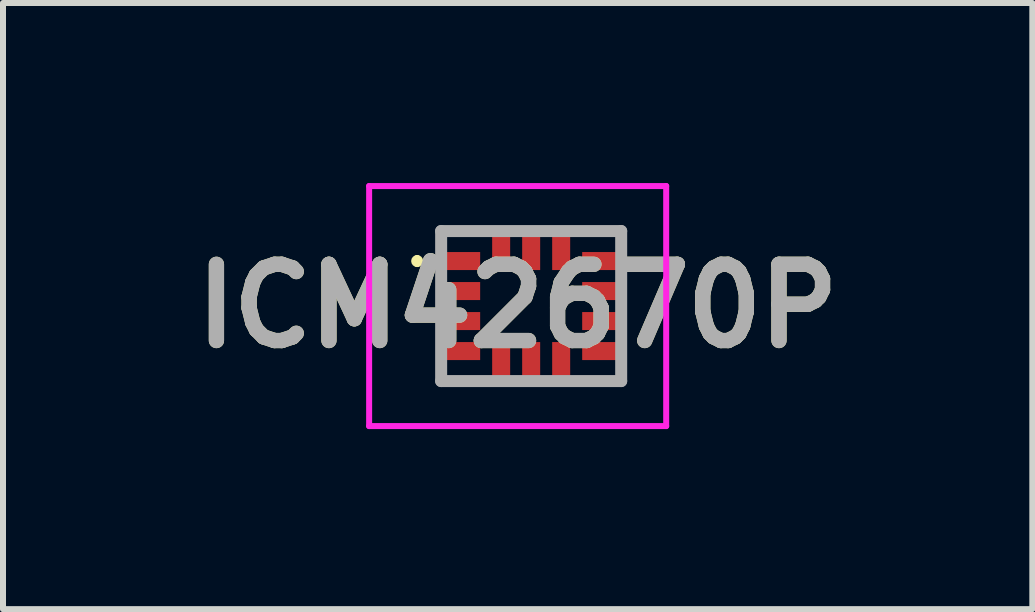
<source format=kicad_pcb>
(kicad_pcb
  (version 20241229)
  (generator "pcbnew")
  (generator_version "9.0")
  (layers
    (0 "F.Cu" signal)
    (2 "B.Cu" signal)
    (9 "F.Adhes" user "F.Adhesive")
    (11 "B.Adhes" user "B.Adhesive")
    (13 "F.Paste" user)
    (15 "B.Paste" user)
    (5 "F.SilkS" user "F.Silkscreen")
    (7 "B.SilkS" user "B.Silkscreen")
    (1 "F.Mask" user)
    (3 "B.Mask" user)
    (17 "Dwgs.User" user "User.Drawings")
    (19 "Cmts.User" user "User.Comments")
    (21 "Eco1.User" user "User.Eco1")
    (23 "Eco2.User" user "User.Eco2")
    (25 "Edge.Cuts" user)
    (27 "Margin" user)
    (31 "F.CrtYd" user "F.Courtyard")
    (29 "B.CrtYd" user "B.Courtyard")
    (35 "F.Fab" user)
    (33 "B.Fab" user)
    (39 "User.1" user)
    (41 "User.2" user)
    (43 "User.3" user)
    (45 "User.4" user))
  (footprint "ICM42670P"
    (layer "F.Cu")
    (at 5.801 2.05)
    (property "Reference" "ICM42670P" (at -0.225 0 0) (layer "F.SilkS") (effects (font (size 1.27 1.27) (thickness 0.254))))
    (attr smd)
    (fp_line (start -1.9 -0.8) (end -1.9 -0.8) (stroke (width 0.1) (type solid)) (layer "F.SilkS"))
    (fp_line (start -1.9 -0.7) (end -1.9 -0.7) (stroke (width 0.1) (type solid)) (layer "F.SilkS"))
    (fp_line (start -1.5 -1.25) (end -0.8 -1.25) (stroke (width 0.1) (type solid)) (layer "F.SilkS"))
    (fp_line (start -1.5 -1) (end -1.5 -1.25) (stroke (width 0.1) (type solid)) (layer "F.SilkS"))
    (fp_line (start -1.5 1.1) (end -1.5 1.25) (stroke (width 0.1) (type solid)) (layer "F.SilkS"))
    (fp_line (start -1.5 1.25) (end -0.8 1.25) (stroke (width 0.1) (type solid)) (layer "F.SilkS"))
    (fp_line (start 0.8 -1.25) (end 1.5 -1.25) (stroke (width 0.1) (type solid)) (layer "F.SilkS"))
    (fp_line (start 0.8 1.25) (end 1.5 1.25) (stroke (width 0.1) (type solid)) (layer "F.SilkS"))
    (fp_line (start 1.5 -1.25) (end 1.5 -1) (stroke (width 0.1) (type solid)) (layer "F.SilkS"))
    (fp_line (start 1.5 1.25) (end 1.5 1) (stroke (width 0.1) (type solid)) (layer "F.SilkS"))
    (fp_arc (start -1.9 -0.8) (mid -1.85 -0.75) (end -1.9 -0.7) (stroke (width 0.1) (type solid)) (layer "F.SilkS"))
    (fp_arc (start -1.9 -0.7) (mid -1.95 -0.75) (end -1.9 -0.8) (stroke (width 0.1) (type solid)) (layer "F.SilkS"))
    (fp_line (start -2.7 -2) (end 2.25 -2) (stroke (width 0.1) (type solid)) (layer "F.CrtYd"))
    (fp_line (start -2.7 2) (end -2.7 -2) (stroke (width 0.1) (type solid)) (layer "F.CrtYd"))
    (fp_line (start 2.25 -2) (end 2.25 2) (stroke (width 0.1) (type solid)) (layer "F.CrtYd"))
    (fp_line (start 2.25 2) (end -2.7 2) (stroke (width 0.1) (type solid)) (layer "F.CrtYd"))
    (fp_line (start -1.5 -1.25) (end 1.5 -1.25) (stroke (width 0.2) (type solid)) (layer "F.Fab"))
    (fp_line (start -1.5 1.25) (end -1.5 -1.25) (stroke (width 0.2) (type solid)) (layer "F.Fab"))
    (fp_line (start 1.5 -1.25) (end 1.5 1.25) (stroke (width 0.2) (type solid)) (layer "F.Fab"))
    (fp_line (start 1.5 1.25) (end -1.5 1.25) (stroke (width 0.2) (type solid)) (layer "F.Fab"))
    (fp_text user "${REFERENCE}" (at -0.225 0 0) (layer "F.Fab") (effects (font (size 1.27 1.27) (thickness 0.254))))
    (pad "1" smd rect (at -1.15 -0.75 90) (size 0.3 0.6) (layers "F.Cu" "F.Mask" "F.Paste"))
    (pad "2" smd rect (at -1.15 -0.25 90) (size 0.3 0.6) (layers "F.Cu" "F.Mask" "F.Paste"))
    (pad "3" smd rect (at -1.15 0.25 90) (size 0.3 0.6) (layers "F.Cu" "F.Mask" "F.Paste"))
    (pad "4" smd rect (at -1.15 0.75 90) (size 0.3 0.6) (layers "F.Cu" "F.Mask" "F.Paste"))
    (pad "5" smd rect (at -0.5 0.9) (size 0.3 0.6) (layers "F.Cu" "F.Mask" "F.Paste"))
    (pad "6" smd rect (at 0 0.9) (size 0.3 0.6) (layers "F.Cu" "F.Mask" "F.Paste"))
    (pad "7" smd rect (at 0.5 0.9) (size 0.3 0.6) (layers "F.Cu" "F.Mask" "F.Paste"))
    (pad "8" smd rect (at 1.15 0.75 90) (size 0.3 0.6) (layers "F.Cu" "F.Mask" "F.Paste"))
    (pad "9" smd rect (at 1.15 0.25 90) (size 0.3 0.6) (layers "F.Cu" "F.Mask" "F.Paste"))
    (pad "10" smd rect (at 1.15 -0.25 90) (size 0.3 0.6) (layers "F.Cu" "F.Mask" "F.Paste"))
    (pad "11" smd rect (at 1.15 -0.75 90) (size 0.3 0.6) (layers "F.Cu" "F.Mask" "F.Paste"))
    (pad "12" smd rect (at 0.5 -0.9) (size 0.3 0.6) (layers "F.Cu" "F.Mask" "F.Paste"))
    (pad "13" smd rect (at 0 -0.9) (size 0.3 0.6) (layers "F.Cu" "F.Mask" "F.Paste"))
    (pad "14" smd rect (at -0.5 -0.9) (size 0.3 0.6) (layers "F.Cu" "F.Mask" "F.Paste")))
  (gr_rect
    (start -3 -3)
    (end 14.152 7.1)
    (stroke (width 0.1) (type default))
    (fill no)
    (layer "Edge.Cuts")))
</source>
